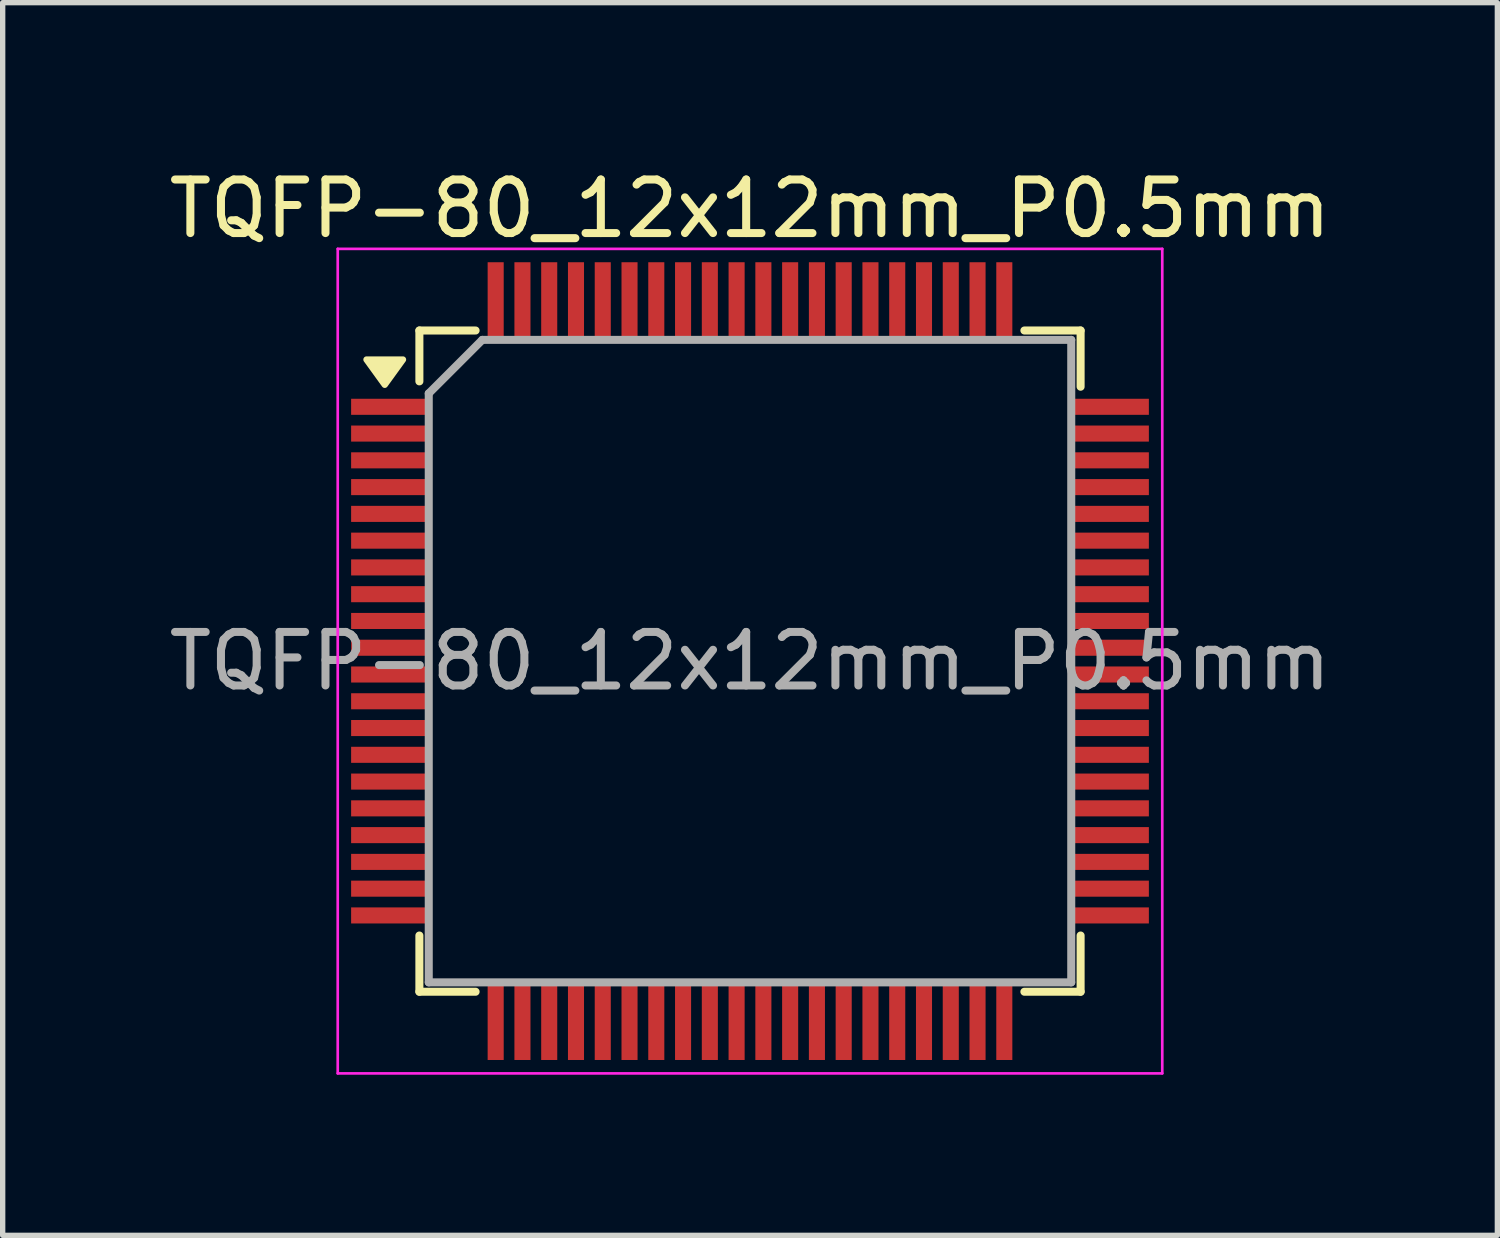
<source format=kicad_pcb>
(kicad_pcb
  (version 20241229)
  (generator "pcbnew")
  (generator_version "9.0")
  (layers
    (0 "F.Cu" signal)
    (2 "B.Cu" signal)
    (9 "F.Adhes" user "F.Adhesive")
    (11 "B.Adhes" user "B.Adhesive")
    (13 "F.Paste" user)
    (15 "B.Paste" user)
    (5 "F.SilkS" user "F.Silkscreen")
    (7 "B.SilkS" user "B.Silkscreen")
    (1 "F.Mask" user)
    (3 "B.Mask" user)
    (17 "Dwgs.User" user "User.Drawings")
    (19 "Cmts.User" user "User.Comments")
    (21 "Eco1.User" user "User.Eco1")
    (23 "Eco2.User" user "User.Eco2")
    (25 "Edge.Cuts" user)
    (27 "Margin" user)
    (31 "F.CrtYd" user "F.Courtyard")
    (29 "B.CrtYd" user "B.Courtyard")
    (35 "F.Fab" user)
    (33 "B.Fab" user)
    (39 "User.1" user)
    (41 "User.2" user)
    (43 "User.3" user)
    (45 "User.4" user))
  (footprint "TQFP-80_12x12mm_P0.5mm"
    (layer "F.Cu")
    (at 10.958 9.298)
    (property "Reference" "TQFP-80_12x12mm_P0.5mm" (at 0 -8.45 0) (layer "F.SilkS") (effects (font (size 1 1) (thickness 0.15))))
    (attr smd)
    (fp_line (start -6.175 -6.175) (end -6.175 -5.225) (stroke (width 0.15) (type solid)) (layer "F.SilkS"))
    (fp_line (start -6.175 -6.175) (end -5.125 -6.175) (stroke (width 0.15) (type solid)) (layer "F.SilkS"))
    (fp_line (start -6.175 6.175) (end -6.175 5.125) (stroke (width 0.15) (type solid)) (layer "F.SilkS"))
    (fp_line (start -6.175 6.175) (end -5.125 6.175) (stroke (width 0.15) (type solid)) (layer "F.SilkS"))
    (fp_line (start 6.175 -6.175) (end 5.125 -6.175) (stroke (width 0.15) (type solid)) (layer "F.SilkS"))
    (fp_line (start 6.175 -6.175) (end 6.175 -5.125) (stroke (width 0.15) (type solid)) (layer "F.SilkS"))
    (fp_line (start 6.175 6.175) (end 5.125 6.175) (stroke (width 0.15) (type solid)) (layer "F.SilkS"))
    (fp_line (start 6.175 6.175) (end 6.175 5.125) (stroke (width 0.15) (type solid)) (layer "F.SilkS"))
    (fp_poly (pts (xy -6.822 -5.162) (xy -7.162 -5.632) (xy -6.482 -5.632) (xy -6.822 -5.162)) (stroke (width 0.12) (type solid)) (fill yes) (layer "F.SilkS"))
    (fp_line (start -7.7 -7.7) (end -7.7 7.7) (stroke (width 0.05) (type solid)) (layer "F.CrtYd"))
    (fp_line (start -7.7 -7.7) (end 7.7 -7.7) (stroke (width 0.05) (type solid)) (layer "F.CrtYd"))
    (fp_line (start -7.7 7.7) (end 7.7 7.7) (stroke (width 0.05) (type solid)) (layer "F.CrtYd"))
    (fp_line (start 7.7 -7.7) (end 7.7 7.7) (stroke (width 0.05) (type solid)) (layer "F.CrtYd"))
    (fp_line (start -6 -5) (end -5 -6) (stroke (width 0.15) (type solid)) (layer "F.Fab"))
    (fp_line (start -6 6) (end -6 -5) (stroke (width 0.15) (type solid)) (layer "F.Fab"))
    (fp_line (start -5 -6) (end 6 -6) (stroke (width 0.15) (type solid)) (layer "F.Fab"))
    (fp_line (start 6 -6) (end 6 6) (stroke (width 0.15) (type solid)) (layer "F.Fab"))
    (fp_line (start 6 6) (end -6 6) (stroke (width 0.15) (type solid)) (layer "F.Fab"))
    (fp_text user "${REFERENCE}" (at 0 0 0) (layer "F.Fab") (effects (font (size 1 1) (thickness 0.15))))
    (pad "1" smd rect (at -6.7 -4.75) (size 1.5 0.3) (layers "F.Cu" "F.Mask" "F.Paste"))
    (pad "2" smd rect (at -6.7 -4.25) (size 1.5 0.3) (layers "F.Cu" "F.Mask" "F.Paste"))
    (pad "3" smd rect (at -6.7 -3.75) (size 1.5 0.3) (layers "F.Cu" "F.Mask" "F.Paste"))
    (pad "4" smd rect (at -6.7 -3.25) (size 1.5 0.3) (layers "F.Cu" "F.Mask" "F.Paste"))
    (pad "5" smd rect (at -6.7 -2.75) (size 1.5 0.3) (layers "F.Cu" "F.Mask" "F.Paste"))
    (pad "6" smd rect (at -6.7 -2.25) (size 1.5 0.3) (layers "F.Cu" "F.Mask" "F.Paste"))
    (pad "7" smd rect (at -6.7 -1.75) (size 1.5 0.3) (layers "F.Cu" "F.Mask" "F.Paste"))
    (pad "8" smd rect (at -6.7 -1.25) (size 1.5 0.3) (layers "F.Cu" "F.Mask" "F.Paste"))
    (pad "9" smd rect (at -6.7 -0.75) (size 1.5 0.3) (layers "F.Cu" "F.Mask" "F.Paste"))
    (pad "10" smd rect (at -6.7 -0.25) (size 1.5 0.3) (layers "F.Cu" "F.Mask" "F.Paste"))
    (pad "11" smd rect (at -6.7 0.25) (size 1.5 0.3) (layers "F.Cu" "F.Mask" "F.Paste"))
    (pad "12" smd rect (at -6.7 0.75) (size 1.5 0.3) (layers "F.Cu" "F.Mask" "F.Paste"))
    (pad "13" smd rect (at -6.7 1.25) (size 1.5 0.3) (layers "F.Cu" "F.Mask" "F.Paste"))
    (pad "14" smd rect (at -6.7 1.75) (size 1.5 0.3) (layers "F.Cu" "F.Mask" "F.Paste"))
    (pad "15" smd rect (at -6.7 2.25) (size 1.5 0.3) (layers "F.Cu" "F.Mask" "F.Paste"))
    (pad "16" smd rect (at -6.7 2.75) (size 1.5 0.3) (layers "F.Cu" "F.Mask" "F.Paste"))
    (pad "17" smd rect (at -6.7 3.25) (size 1.5 0.3) (layers "F.Cu" "F.Mask" "F.Paste"))
    (pad "18" smd rect (at -6.7 3.75) (size 1.5 0.3) (layers "F.Cu" "F.Mask" "F.Paste"))
    (pad "19" smd rect (at -6.7 4.25) (size 1.5 0.3) (layers "F.Cu" "F.Mask" "F.Paste"))
    (pad "20" smd rect (at -6.7 4.75) (size 1.5 0.3) (layers "F.Cu" "F.Mask" "F.Paste"))
    (pad "21" smd rect (at -4.75 6.7 90) (size 1.5 0.3) (layers "F.Cu" "F.Mask" "F.Paste"))
    (pad "22" smd rect (at -4.25 6.7 90) (size 1.5 0.3) (layers "F.Cu" "F.Mask" "F.Paste"))
    (pad "23" smd rect (at -3.75 6.7 90) (size 1.5 0.3) (layers "F.Cu" "F.Mask" "F.Paste"))
    (pad "24" smd rect (at -3.25 6.7 90) (size 1.5 0.3) (layers "F.Cu" "F.Mask" "F.Paste"))
    (pad "25" smd rect (at -2.75 6.7 90) (size 1.5 0.3) (layers "F.Cu" "F.Mask" "F.Paste"))
    (pad "26" smd rect (at -2.25 6.7 90) (size 1.5 0.3) (layers "F.Cu" "F.Mask" "F.Paste"))
    (pad "27" smd rect (at -1.75 6.7 90) (size 1.5 0.3) (layers "F.Cu" "F.Mask" "F.Paste"))
    (pad "28" smd rect (at -1.25 6.7 90) (size 1.5 0.3) (layers "F.Cu" "F.Mask" "F.Paste"))
    (pad "29" smd rect (at -0.75 6.7 90) (size 1.5 0.3) (layers "F.Cu" "F.Mask" "F.Paste"))
    (pad "30" smd rect (at -0.25 6.7 90) (size 1.5 0.3) (layers "F.Cu" "F.Mask" "F.Paste"))
    (pad "31" smd rect (at 0.25 6.7 90) (size 1.5 0.3) (layers "F.Cu" "F.Mask" "F.Paste"))
    (pad "32" smd rect (at 0.75 6.7 90) (size 1.5 0.3) (layers "F.Cu" "F.Mask" "F.Paste"))
    (pad "33" smd rect (at 1.25 6.7 90) (size 1.5 0.3) (layers "F.Cu" "F.Mask" "F.Paste"))
    (pad "34" smd rect (at 1.75 6.7 90) (size 1.5 0.3) (layers "F.Cu" "F.Mask" "F.Paste"))
    (pad "35" smd rect (at 2.25 6.7 90) (size 1.5 0.3) (layers "F.Cu" "F.Mask" "F.Paste"))
    (pad "36" smd rect (at 2.75 6.7 90) (size 1.5 0.3) (layers "F.Cu" "F.Mask" "F.Paste"))
    (pad "37" smd rect (at 3.25 6.7 90) (size 1.5 0.3) (layers "F.Cu" "F.Mask" "F.Paste"))
    (pad "38" smd rect (at 3.75 6.7 90) (size 1.5 0.3) (layers "F.Cu" "F.Mask" "F.Paste"))
    (pad "39" smd rect (at 4.25 6.7 90) (size 1.5 0.3) (layers "F.Cu" "F.Mask" "F.Paste"))
    (pad "40" smd rect (at 4.75 6.7 90) (size 1.5 0.3) (layers "F.Cu" "F.Mask" "F.Paste"))
    (pad "41" smd rect (at 6.7 4.75) (size 1.5 0.3) (layers "F.Cu" "F.Mask" "F.Paste"))
    (pad "42" smd rect (at 6.7 4.25) (size 1.5 0.3) (layers "F.Cu" "F.Mask" "F.Paste"))
    (pad "43" smd rect (at 6.7 3.75) (size 1.5 0.3) (layers "F.Cu" "F.Mask" "F.Paste"))
    (pad "44" smd rect (at 6.7 3.25) (size 1.5 0.3) (layers "F.Cu" "F.Mask" "F.Paste"))
    (pad "45" smd rect (at 6.7 2.75) (size 1.5 0.3) (layers "F.Cu" "F.Mask" "F.Paste"))
    (pad "46" smd rect (at 6.7 2.25) (size 1.5 0.3) (layers "F.Cu" "F.Mask" "F.Paste"))
    (pad "47" smd rect (at 6.7 1.75) (size 1.5 0.3) (layers "F.Cu" "F.Mask" "F.Paste"))
    (pad "48" smd rect (at 6.7 1.25) (size 1.5 0.3) (layers "F.Cu" "F.Mask" "F.Paste"))
    (pad "49" smd rect (at 6.7 0.75) (size 1.5 0.3) (layers "F.Cu" "F.Mask" "F.Paste"))
    (pad "50" smd rect (at 6.7 0.25) (size 1.5 0.3) (layers "F.Cu" "F.Mask" "F.Paste"))
    (pad "51" smd rect (at 6.7 -0.25) (size 1.5 0.3) (layers "F.Cu" "F.Mask" "F.Paste"))
    (pad "52" smd rect (at 6.7 -0.75) (size 1.5 0.3) (layers "F.Cu" "F.Mask" "F.Paste"))
    (pad "53" smd rect (at 6.7 -1.25) (size 1.5 0.3) (layers "F.Cu" "F.Mask" "F.Paste"))
    (pad "54" smd rect (at 6.7 -1.75) (size 1.5 0.3) (layers "F.Cu" "F.Mask" "F.Paste"))
    (pad "55" smd rect (at 6.7 -2.25) (size 1.5 0.3) (layers "F.Cu" "F.Mask" "F.Paste"))
    (pad "56" smd rect (at 6.7 -2.75) (size 1.5 0.3) (layers "F.Cu" "F.Mask" "F.Paste"))
    (pad "57" smd rect (at 6.7 -3.25) (size 1.5 0.3) (layers "F.Cu" "F.Mask" "F.Paste"))
    (pad "58" smd rect (at 6.7 -3.75) (size 1.5 0.3) (layers "F.Cu" "F.Mask" "F.Paste"))
    (pad "59" smd rect (at 6.7 -4.25) (size 1.5 0.3) (layers "F.Cu" "F.Mask" "F.Paste"))
    (pad "60" smd rect (at 6.7 -4.75) (size 1.5 0.3) (layers "F.Cu" "F.Mask" "F.Paste"))
    (pad "61" smd rect (at 4.75 -6.7 90) (size 1.5 0.3) (layers "F.Cu" "F.Mask" "F.Paste"))
    (pad "62" smd rect (at 4.25 -6.7 90) (size 1.5 0.3) (layers "F.Cu" "F.Mask" "F.Paste"))
    (pad "63" smd rect (at 3.75 -6.7 90) (size 1.5 0.3) (layers "F.Cu" "F.Mask" "F.Paste"))
    (pad "64" smd rect (at 3.25 -6.7 90) (size 1.5 0.3) (layers "F.Cu" "F.Mask" "F.Paste"))
    (pad "65" smd rect (at 2.75 -6.7 90) (size 1.5 0.3) (layers "F.Cu" "F.Mask" "F.Paste"))
    (pad "66" smd rect (at 2.25 -6.7 90) (size 1.5 0.3) (layers "F.Cu" "F.Mask" "F.Paste"))
    (pad "67" smd rect (at 1.75 -6.7 90) (size 1.5 0.3) (layers "F.Cu" "F.Mask" "F.Paste"))
    (pad "68" smd rect (at 1.25 -6.7 90) (size 1.5 0.3) (layers "F.Cu" "F.Mask" "F.Paste"))
    (pad "69" smd rect (at 0.75 -6.7 90) (size 1.5 0.3) (layers "F.Cu" "F.Mask" "F.Paste"))
    (pad "70" smd rect (at 0.25 -6.7 90) (size 1.5 0.3) (layers "F.Cu" "F.Mask" "F.Paste"))
    (pad "71" smd rect (at -0.25 -6.7 90) (size 1.5 0.3) (layers "F.Cu" "F.Mask" "F.Paste"))
    (pad "72" smd rect (at -0.75 -6.7 90) (size 1.5 0.3) (layers "F.Cu" "F.Mask" "F.Paste"))
    (pad "73" smd rect (at -1.25 -6.7 90) (size 1.5 0.3) (layers "F.Cu" "F.Mask" "F.Paste"))
    (pad "74" smd rect (at -1.75 -6.7 90) (size 1.5 0.3) (layers "F.Cu" "F.Mask" "F.Paste"))
    (pad "75" smd rect (at -2.25 -6.7 90) (size 1.5 0.3) (layers "F.Cu" "F.Mask" "F.Paste"))
    (pad "76" smd rect (at -2.75 -6.7 90) (size 1.5 0.3) (layers "F.Cu" "F.Mask" "F.Paste"))
    (pad "77" smd rect (at -3.25 -6.7 90) (size 1.5 0.3) (layers "F.Cu" "F.Mask" "F.Paste"))
    (pad "78" smd rect (at -3.75 -6.7 90) (size 1.5 0.3) (layers "F.Cu" "F.Mask" "F.Paste"))
    (pad "79" smd rect (at -4.25 -6.7 90) (size 1.5 0.3) (layers "F.Cu" "F.Mask" "F.Paste"))
    (pad "80" smd rect (at -4.75 -6.7 90) (size 1.5 0.3) (layers "F.Cu" "F.Mask" "F.Paste")))
  (gr_rect
    (start -3 -3)
    (end 24.917 20.023)
    (stroke (width 0.1) (type default))
    (fill no)
    (layer "Edge.Cuts")))
</source>
